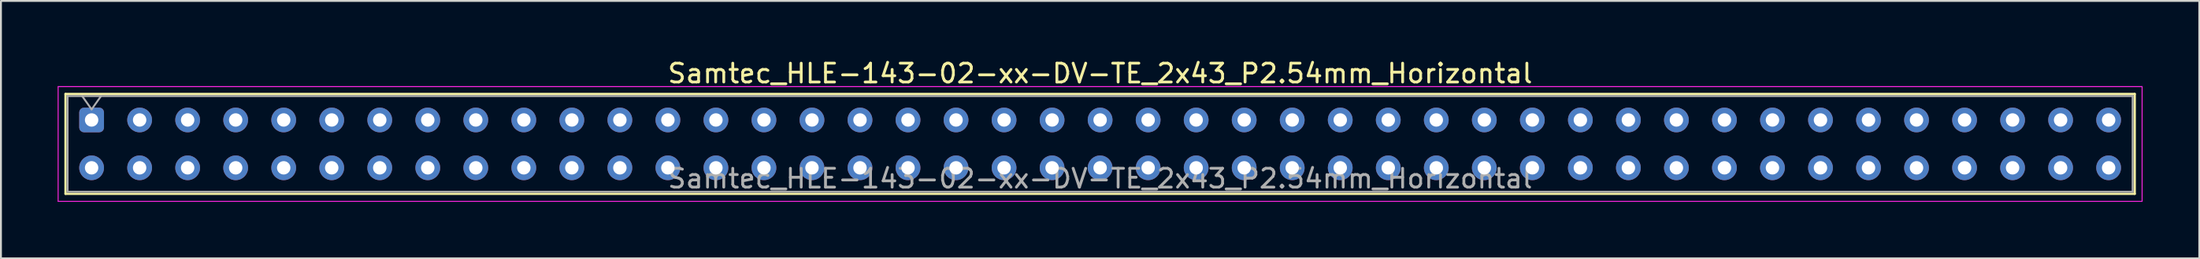
<source format=kicad_pcb>
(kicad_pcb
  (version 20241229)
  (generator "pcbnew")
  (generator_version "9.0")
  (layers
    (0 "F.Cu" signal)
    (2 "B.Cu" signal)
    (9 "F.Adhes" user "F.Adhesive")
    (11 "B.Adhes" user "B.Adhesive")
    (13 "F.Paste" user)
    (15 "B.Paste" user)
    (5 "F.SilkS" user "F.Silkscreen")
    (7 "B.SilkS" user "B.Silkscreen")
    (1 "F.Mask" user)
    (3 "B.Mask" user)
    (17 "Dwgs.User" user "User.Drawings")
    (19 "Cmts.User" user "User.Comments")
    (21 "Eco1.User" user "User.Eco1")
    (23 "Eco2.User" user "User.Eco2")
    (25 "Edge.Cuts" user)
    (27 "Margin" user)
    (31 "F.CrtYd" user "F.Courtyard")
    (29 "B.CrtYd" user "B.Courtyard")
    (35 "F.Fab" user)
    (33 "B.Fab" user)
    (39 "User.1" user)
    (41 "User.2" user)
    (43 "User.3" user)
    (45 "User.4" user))
  (footprint "Samtec_HLE-143-02-xx-DV-TE_2x43_P2.54mm_Horizontal"
    (layer "F.Cu")
    (at 1.795 3.318)
    (property "Reference" "Samtec_HLE-143-02-xx-DV-TE_2x43_P2.54mm_Horizontal" (at 53.34 -2.47 0) (layer "F.SilkS") (effects (font (size 1 1) (thickness 0.15))))
    (attr through_hole)
    (fp_line (start -1.38 -1.38) (end 108.06 -1.38) (stroke (width 0.12) (type solid)) (layer "F.SilkS"))
    (fp_line (start -1.38 3.92) (end -1.38 -1.38) (stroke (width 0.12) (type solid)) (layer "F.SilkS"))
    (fp_line (start 108.06 -1.38) (end 108.06 3.92) (stroke (width 0.12) (type solid)) (layer "F.SilkS"))
    (fp_line (start 108.06 3.92) (end -1.38 3.92) (stroke (width 0.12) (type solid)) (layer "F.SilkS"))
    (fp_line (start -1.77 -1.77) (end 108.45 -1.77) (stroke (width 0.05) (type solid)) (layer "F.CrtYd"))
    (fp_line (start -1.77 4.32) (end -1.77 -1.77) (stroke (width 0.05) (type solid)) (layer "F.CrtYd"))
    (fp_line (start 108.45 -1.77) (end 108.45 4.32) (stroke (width 0.05) (type solid)) (layer "F.CrtYd"))
    (fp_line (start 108.45 4.32) (end -1.77 4.32) (stroke (width 0.05) (type solid)) (layer "F.CrtYd"))
    (fp_line (start -1.27 -1.27) (end 107.95 -1.27) (stroke (width 0.1) (type solid)) (layer "F.Fab"))
    (fp_line (start -1.27 3.81) (end -1.27 -1.27) (stroke (width 0.1) (type solid)) (layer "F.Fab"))
    (fp_line (start -0.5 -1.27) (end 0 -0.563) (stroke (width 0.1) (type solid)) (layer "F.Fab"))
    (fp_line (start 0 -0.563) (end 0.5 -1.27) (stroke (width 0.1) (type solid)) (layer "F.Fab"))
    (fp_line (start 107.95 -1.27) (end 107.95 3.81) (stroke (width 0.1) (type solid)) (layer "F.Fab"))
    (fp_line (start 107.95 3.81) (end -1.27 3.81) (stroke (width 0.1) (type solid)) (layer "F.Fab"))
    (fp_text user "${REFERENCE}" (at 53.34 3.11 0) (layer "F.Fab") (effects (font (size 1 1) (thickness 0.15))))
    (pad "1" thru_hole roundrect (at 0 0) (size 1.31 1.31) (drill 0.71) (layers "*.Cu" "*.Mask") (roundrect_rratio 0.191))
    (pad "2" thru_hole circle (at 0 2.54) (size 1.31 1.31) (drill 0.71) (layers "*.Cu" "*.Mask"))
    (pad "3" thru_hole circle (at 2.54 0) (size 1.31 1.31) (drill 0.71) (layers "*.Cu" "*.Mask"))
    (pad "4" thru_hole circle (at 2.54 2.54) (size 1.31 1.31) (drill 0.71) (layers "*.Cu" "*.Mask"))
    (pad "5" thru_hole circle (at 5.08 0) (size 1.31 1.31) (drill 0.71) (layers "*.Cu" "*.Mask"))
    (pad "6" thru_hole circle (at 5.08 2.54) (size 1.31 1.31) (drill 0.71) (layers "*.Cu" "*.Mask"))
    (pad "7" thru_hole circle (at 7.62 0) (size 1.31 1.31) (drill 0.71) (layers "*.Cu" "*.Mask"))
    (pad "8" thru_hole circle (at 7.62 2.54) (size 1.31 1.31) (drill 0.71) (layers "*.Cu" "*.Mask"))
    (pad "9" thru_hole circle (at 10.16 0) (size 1.31 1.31) (drill 0.71) (layers "*.Cu" "*.Mask"))
    (pad "10" thru_hole circle (at 10.16 2.54) (size 1.31 1.31) (drill 0.71) (layers "*.Cu" "*.Mask"))
    (pad "11" thru_hole circle (at 12.7 0) (size 1.31 1.31) (drill 0.71) (layers "*.Cu" "*.Mask"))
    (pad "12" thru_hole circle (at 12.7 2.54) (size 1.31 1.31) (drill 0.71) (layers "*.Cu" "*.Mask"))
    (pad "13" thru_hole circle (at 15.24 0) (size 1.31 1.31) (drill 0.71) (layers "*.Cu" "*.Mask"))
    (pad "14" thru_hole circle (at 15.24 2.54) (size 1.31 1.31) (drill 0.71) (layers "*.Cu" "*.Mask"))
    (pad "15" thru_hole circle (at 17.78 0) (size 1.31 1.31) (drill 0.71) (layers "*.Cu" "*.Mask"))
    (pad "16" thru_hole circle (at 17.78 2.54) (size 1.31 1.31) (drill 0.71) (layers "*.Cu" "*.Mask"))
    (pad "17" thru_hole circle (at 20.32 0) (size 1.31 1.31) (drill 0.71) (layers "*.Cu" "*.Mask"))
    (pad "18" thru_hole circle (at 20.32 2.54) (size 1.31 1.31) (drill 0.71) (layers "*.Cu" "*.Mask"))
    (pad "19" thru_hole circle (at 22.86 0) (size 1.31 1.31) (drill 0.71) (layers "*.Cu" "*.Mask"))
    (pad "20" thru_hole circle (at 22.86 2.54) (size 1.31 1.31) (drill 0.71) (layers "*.Cu" "*.Mask"))
    (pad "21" thru_hole circle (at 25.4 0) (size 1.31 1.31) (drill 0.71) (layers "*.Cu" "*.Mask"))
    (pad "22" thru_hole circle (at 25.4 2.54) (size 1.31 1.31) (drill 0.71) (layers "*.Cu" "*.Mask"))
    (pad "23" thru_hole circle (at 27.94 0) (size 1.31 1.31) (drill 0.71) (layers "*.Cu" "*.Mask"))
    (pad "24" thru_hole circle (at 27.94 2.54) (size 1.31 1.31) (drill 0.71) (layers "*.Cu" "*.Mask"))
    (pad "25" thru_hole circle (at 30.48 0) (size 1.31 1.31) (drill 0.71) (layers "*.Cu" "*.Mask"))
    (pad "26" thru_hole circle (at 30.48 2.54) (size 1.31 1.31) (drill 0.71) (layers "*.Cu" "*.Mask"))
    (pad "27" thru_hole circle (at 33.02 0) (size 1.31 1.31) (drill 0.71) (layers "*.Cu" "*.Mask"))
    (pad "28" thru_hole circle (at 33.02 2.54) (size 1.31 1.31) (drill 0.71) (layers "*.Cu" "*.Mask"))
    (pad "29" thru_hole circle (at 35.56 0) (size 1.31 1.31) (drill 0.71) (layers "*.Cu" "*.Mask"))
    (pad "30" thru_hole circle (at 35.56 2.54) (size 1.31 1.31) (drill 0.71) (layers "*.Cu" "*.Mask"))
    (pad "31" thru_hole circle (at 38.1 0) (size 1.31 1.31) (drill 0.71) (layers "*.Cu" "*.Mask"))
    (pad "32" thru_hole circle (at 38.1 2.54) (size 1.31 1.31) (drill 0.71) (layers "*.Cu" "*.Mask"))
    (pad "33" thru_hole circle (at 40.64 0) (size 1.31 1.31) (drill 0.71) (layers "*.Cu" "*.Mask"))
    (pad "34" thru_hole circle (at 40.64 2.54) (size 1.31 1.31) (drill 0.71) (layers "*.Cu" "*.Mask"))
    (pad "35" thru_hole circle (at 43.18 0) (size 1.31 1.31) (drill 0.71) (layers "*.Cu" "*.Mask"))
    (pad "36" thru_hole circle (at 43.18 2.54) (size 1.31 1.31) (drill 0.71) (layers "*.Cu" "*.Mask"))
    (pad "37" thru_hole circle (at 45.72 0) (size 1.31 1.31) (drill 0.71) (layers "*.Cu" "*.Mask"))
    (pad "38" thru_hole circle (at 45.72 2.54) (size 1.31 1.31) (drill 0.71) (layers "*.Cu" "*.Mask"))
    (pad "39" thru_hole circle (at 48.26 0) (size 1.31 1.31) (drill 0.71) (layers "*.Cu" "*.Mask"))
    (pad "40" thru_hole circle (at 48.26 2.54) (size 1.31 1.31) (drill 0.71) (layers "*.Cu" "*.Mask"))
    (pad "41" thru_hole circle (at 50.8 0) (size 1.31 1.31) (drill 0.71) (layers "*.Cu" "*.Mask"))
    (pad "42" thru_hole circle (at 50.8 2.54) (size 1.31 1.31) (drill 0.71) (layers "*.Cu" "*.Mask"))
    (pad "43" thru_hole circle (at 53.34 0) (size 1.31 1.31) (drill 0.71) (layers "*.Cu" "*.Mask"))
    (pad "44" thru_hole circle (at 53.34 2.54) (size 1.31 1.31) (drill 0.71) (layers "*.Cu" "*.Mask"))
    (pad "45" thru_hole circle (at 55.88 0) (size 1.31 1.31) (drill 0.71) (layers "*.Cu" "*.Mask"))
    (pad "46" thru_hole circle (at 55.88 2.54) (size 1.31 1.31) (drill 0.71) (layers "*.Cu" "*.Mask"))
    (pad "47" thru_hole circle (at 58.42 0) (size 1.31 1.31) (drill 0.71) (layers "*.Cu" "*.Mask"))
    (pad "48" thru_hole circle (at 58.42 2.54) (size 1.31 1.31) (drill 0.71) (layers "*.Cu" "*.Mask"))
    (pad "49" thru_hole circle (at 60.96 0) (size 1.31 1.31) (drill 0.71) (layers "*.Cu" "*.Mask"))
    (pad "50" thru_hole circle (at 60.96 2.54) (size 1.31 1.31) (drill 0.71) (layers "*.Cu" "*.Mask"))
    (pad "51" thru_hole circle (at 63.5 0) (size 1.31 1.31) (drill 0.71) (layers "*.Cu" "*.Mask"))
    (pad "52" thru_hole circle (at 63.5 2.54) (size 1.31 1.31) (drill 0.71) (layers "*.Cu" "*.Mask"))
    (pad "53" thru_hole circle (at 66.04 0) (size 1.31 1.31) (drill 0.71) (layers "*.Cu" "*.Mask"))
    (pad "54" thru_hole circle (at 66.04 2.54) (size 1.31 1.31) (drill 0.71) (layers "*.Cu" "*.Mask"))
    (pad "55" thru_hole circle (at 68.58 0) (size 1.31 1.31) (drill 0.71) (layers "*.Cu" "*.Mask"))
    (pad "56" thru_hole circle (at 68.58 2.54) (size 1.31 1.31) (drill 0.71) (layers "*.Cu" "*.Mask"))
    (pad "57" thru_hole circle (at 71.12 0) (size 1.31 1.31) (drill 0.71) (layers "*.Cu" "*.Mask"))
    (pad "58" thru_hole circle (at 71.12 2.54) (size 1.31 1.31) (drill 0.71) (layers "*.Cu" "*.Mask"))
    (pad "59" thru_hole circle (at 73.66 0) (size 1.31 1.31) (drill 0.71) (layers "*.Cu" "*.Mask"))
    (pad "60" thru_hole circle (at 73.66 2.54) (size 1.31 1.31) (drill 0.71) (layers "*.Cu" "*.Mask"))
    (pad "61" thru_hole circle (at 76.2 0) (size 1.31 1.31) (drill 0.71) (layers "*.Cu" "*.Mask"))
    (pad "62" thru_hole circle (at 76.2 2.54) (size 1.31 1.31) (drill 0.71) (layers "*.Cu" "*.Mask"))
    (pad "63" thru_hole circle (at 78.74 0) (size 1.31 1.31) (drill 0.71) (layers "*.Cu" "*.Mask"))
    (pad "64" thru_hole circle (at 78.74 2.54) (size 1.31 1.31) (drill 0.71) (layers "*.Cu" "*.Mask"))
    (pad "65" thru_hole circle (at 81.28 0) (size 1.31 1.31) (drill 0.71) (layers "*.Cu" "*.Mask"))
    (pad "66" thru_hole circle (at 81.28 2.54) (size 1.31 1.31) (drill 0.71) (layers "*.Cu" "*.Mask"))
    (pad "67" thru_hole circle (at 83.82 0) (size 1.31 1.31) (drill 0.71) (layers "*.Cu" "*.Mask"))
    (pad "68" thru_hole circle (at 83.82 2.54) (size 1.31 1.31) (drill 0.71) (layers "*.Cu" "*.Mask"))
    (pad "69" thru_hole circle (at 86.36 0) (size 1.31 1.31) (drill 0.71) (layers "*.Cu" "*.Mask"))
    (pad "70" thru_hole circle (at 86.36 2.54) (size 1.31 1.31) (drill 0.71) (layers "*.Cu" "*.Mask"))
    (pad "71" thru_hole circle (at 88.9 0) (size 1.31 1.31) (drill 0.71) (layers "*.Cu" "*.Mask"))
    (pad "72" thru_hole circle (at 88.9 2.54) (size 1.31 1.31) (drill 0.71) (layers "*.Cu" "*.Mask"))
    (pad "73" thru_hole circle (at 91.44 0) (size 1.31 1.31) (drill 0.71) (layers "*.Cu" "*.Mask"))
    (pad "74" thru_hole circle (at 91.44 2.54) (size 1.31 1.31) (drill 0.71) (layers "*.Cu" "*.Mask"))
    (pad "75" thru_hole circle (at 93.98 0) (size 1.31 1.31) (drill 0.71) (layers "*.Cu" "*.Mask"))
    (pad "76" thru_hole circle (at 93.98 2.54) (size 1.31 1.31) (drill 0.71) (layers "*.Cu" "*.Mask"))
    (pad "77" thru_hole circle (at 96.52 0) (size 1.31 1.31) (drill 0.71) (layers "*.Cu" "*.Mask"))
    (pad "78" thru_hole circle (at 96.52 2.54) (size 1.31 1.31) (drill 0.71) (layers "*.Cu" "*.Mask"))
    (pad "79" thru_hole circle (at 99.06 0) (size 1.31 1.31) (drill 0.71) (layers "*.Cu" "*.Mask"))
    (pad "80" thru_hole circle (at 99.06 2.54) (size 1.31 1.31) (drill 0.71) (layers "*.Cu" "*.Mask"))
    (pad "81" thru_hole circle (at 101.6 0) (size 1.31 1.31) (drill 0.71) (layers "*.Cu" "*.Mask"))
    (pad "82" thru_hole circle (at 101.6 2.54) (size 1.31 1.31) (drill 0.71) (layers "*.Cu" "*.Mask"))
    (pad "83" thru_hole circle (at 104.14 0) (size 1.31 1.31) (drill 0.71) (layers "*.Cu" "*.Mask"))
    (pad "84" thru_hole circle (at 104.14 2.54) (size 1.31 1.31) (drill 0.71) (layers "*.Cu" "*.Mask"))
    (pad "85" thru_hole circle (at 106.68 0) (size 1.31 1.31) (drill 0.71) (layers "*.Cu" "*.Mask"))
    (pad "86" thru_hole circle (at 106.68 2.54) (size 1.31 1.31) (drill 0.71) (layers "*.Cu" "*.Mask")))
  (gr_rect
    (start -3 -3)
    (end 113.27 10.663)
    (stroke (width 0.1) (type default))
    (fill no)
    (layer "Edge.Cuts")))
</source>
